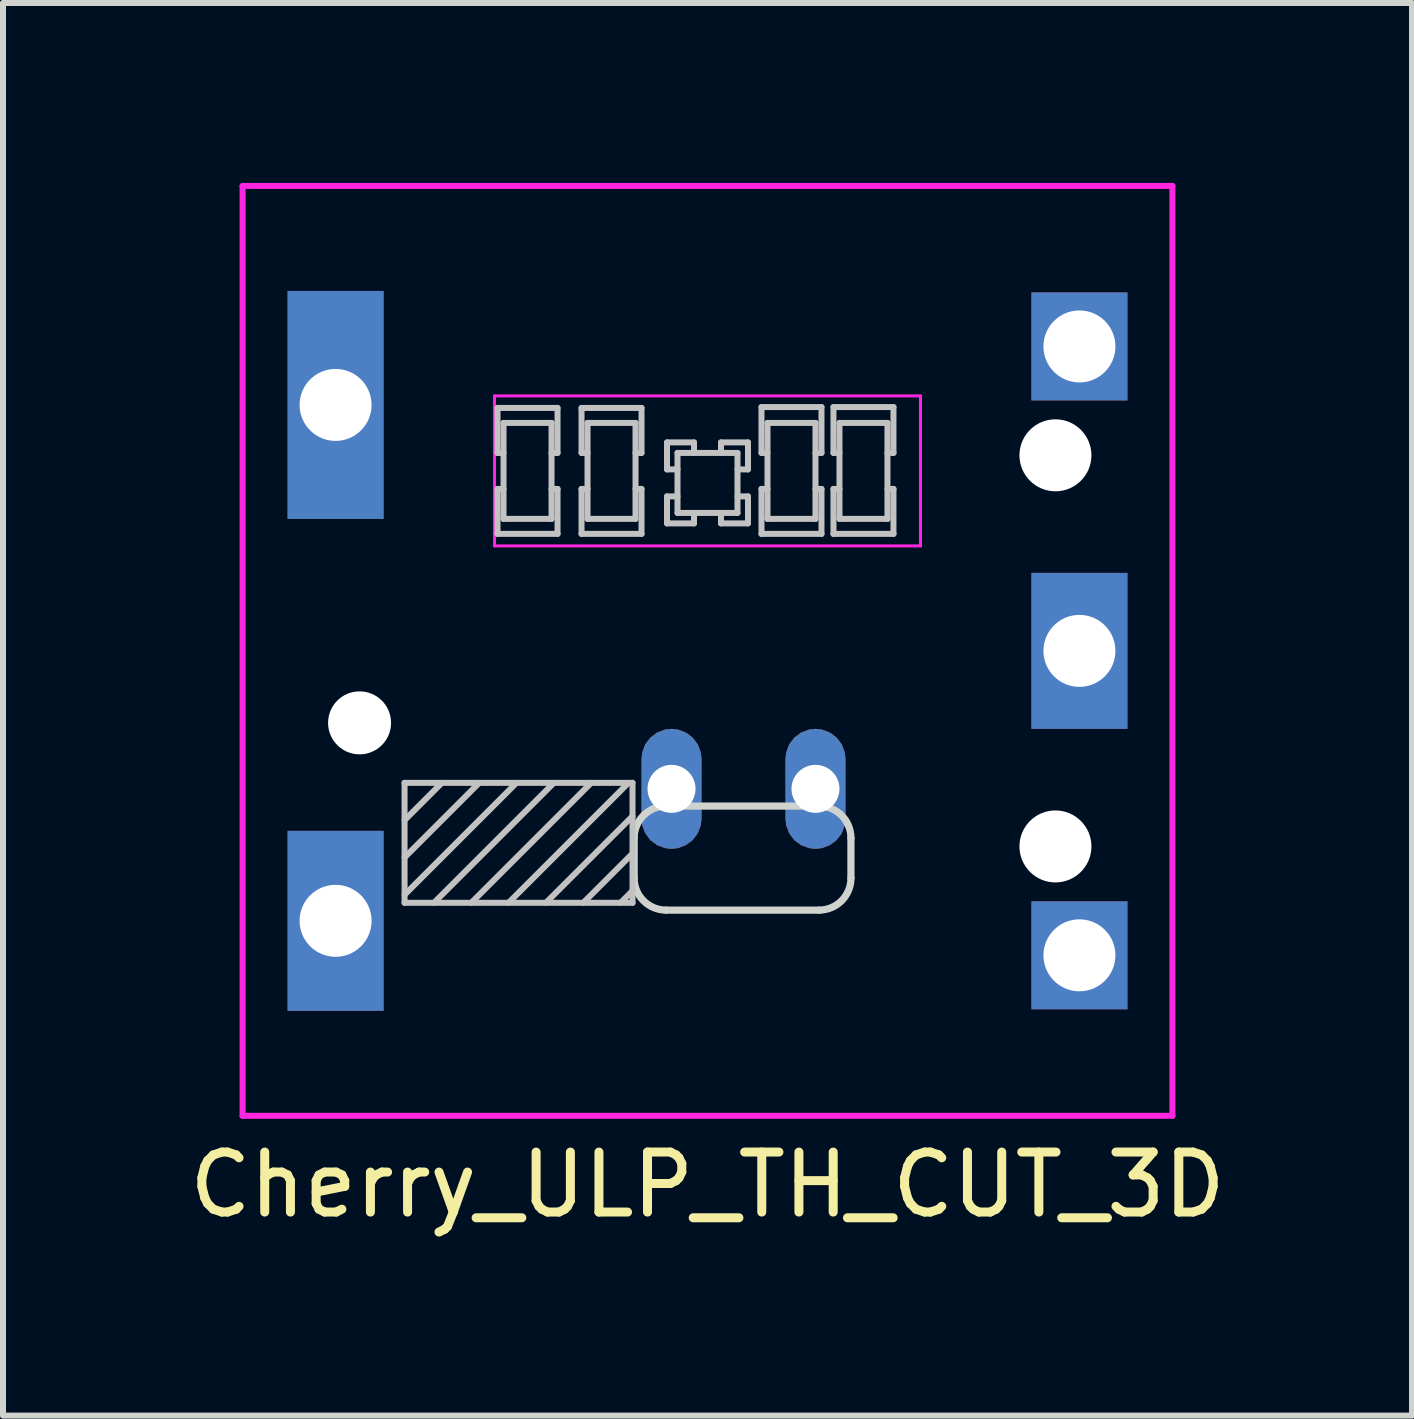
<source format=kicad_pcb>
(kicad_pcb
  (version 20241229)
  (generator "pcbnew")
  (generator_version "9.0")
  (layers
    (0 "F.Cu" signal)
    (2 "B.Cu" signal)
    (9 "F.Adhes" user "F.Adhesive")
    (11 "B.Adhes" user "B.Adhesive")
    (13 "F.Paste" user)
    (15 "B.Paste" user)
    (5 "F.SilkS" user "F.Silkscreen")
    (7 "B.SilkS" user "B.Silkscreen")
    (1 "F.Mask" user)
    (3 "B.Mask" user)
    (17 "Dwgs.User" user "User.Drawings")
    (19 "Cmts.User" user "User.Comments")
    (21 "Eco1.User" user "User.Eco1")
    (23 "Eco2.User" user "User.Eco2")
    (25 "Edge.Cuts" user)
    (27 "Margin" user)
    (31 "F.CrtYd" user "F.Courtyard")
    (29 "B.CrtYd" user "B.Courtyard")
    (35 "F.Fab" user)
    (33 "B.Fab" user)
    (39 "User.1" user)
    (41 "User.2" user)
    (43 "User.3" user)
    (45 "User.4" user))
  (footprint "Cherry_ULP_TH_CUT_3D"
    (layer "F.Cu")
    (at 8.744 7.8)
    (property "Reference" "Cherry_ULP_TH_CUT_3D" (at 0.000004 8.9 180) (layer "F.SilkS") (effects (font (size 1 1) (thickness 0.15))))
    (attr through_hole)
    (fp_line (start -5.05 4.066) (end -3.184 2.2) (stroke (width 0.1) (type solid)) (layer "Dwgs.User"))
    (fp_line (start -5.05 3.444) (end -3.806 2.2) (stroke (width 0.1) (type solid)) (layer "Dwgs.User"))
    (fp_line (start -5.05 4.2) (end -5.05 2.2) (stroke (width 0.1) (type solid)) (layer "Dwgs.User"))
    (fp_line (start -5.05 2.822) (end -4.428 2.2) (stroke (width 0.1) (type solid)) (layer "Dwgs.User"))
    (fp_line (start -5.05 2.2) (end -1.25 2.2) (stroke (width 0.1) (type solid)) (layer "Dwgs.User"))
    (fp_line (start -4.561 4.2) (end -2.561 2.2) (stroke (width 0.1) (type solid)) (layer "Dwgs.User"))
    (fp_line (start -3.939 4.2) (end -1.939 2.2) (stroke (width 0.1) (type solid)) (layer "Dwgs.User"))
    (fp_line (start -3.5 -3.3) (end -3.4 -3.3) (stroke (width 0.1) (type solid)) (layer "Dwgs.User"))
    (fp_line (start -3.5 -1.95) (end -2.5 -1.95) (stroke (width 0.1) (type solid)) (layer "Dwgs.User"))
    (fp_line (start -3.5 -4.05) (end -3.5 -3.3) (stroke (width 0.1) (type solid)) (layer "Dwgs.User"))
    (fp_line (start -3.5 -2.7) (end -3.5 -1.95) (stroke (width 0.1) (type solid)) (layer "Dwgs.User"))
    (fp_line (start -3.4 -2.7) (end -3.5 -2.7) (stroke (width 0.1) (type solid)) (layer "Dwgs.User"))
    (fp_line (start -3.4 -2.2) (end -2.6 -2.2) (stroke (width 0.1) (type solid)) (layer "Dwgs.User"))
    (fp_line (start -3.4 -3.8) (end -3.4 -2.2) (stroke (width 0.1) (type solid)) (layer "Dwgs.User"))
    (fp_line (start -3.317 4.2) (end -1.317 2.2) (stroke (width 0.1) (type solid)) (layer "Dwgs.User"))
    (fp_line (start -2.695 4.2) (end -1.25 2.756) (stroke (width 0.1) (type solid)) (layer "Dwgs.User"))
    (fp_line (start -2.6 -3.3) (end -2.5 -3.3) (stroke (width 0.1) (type solid)) (layer "Dwgs.User"))
    (fp_line (start -2.6 -2.2) (end -2.6 -3.8) (stroke (width 0.1) (type solid)) (layer "Dwgs.User"))
    (fp_line (start -2.6 -3.8) (end -3.4 -3.8) (stroke (width 0.1) (type solid)) (layer "Dwgs.User"))
    (fp_line (start -2.5 -2.7) (end -2.6 -2.7) (stroke (width 0.1) (type solid)) (layer "Dwgs.User"))
    (fp_line (start -2.5 -1.95) (end -2.5 -2.7) (stroke (width 0.1) (type solid)) (layer "Dwgs.User"))
    (fp_line (start -2.5 -4.05) (end -3.5 -4.05) (stroke (width 0.1) (type solid)) (layer "Dwgs.User"))
    (fp_line (start -2.5 -3.3) (end -2.5 -4.05) (stroke (width 0.1) (type solid)) (layer "Dwgs.User"))
    (fp_line (start -2.1 -2.7) (end -2.1 -1.95) (stroke (width 0.1) (type solid)) (layer "Dwgs.User"))
    (fp_line (start -2.1 -4.05) (end -2.1 -3.3) (stroke (width 0.1) (type solid)) (layer "Dwgs.User"))
    (fp_line (start -2.1 -3.3) (end -2 -3.3) (stroke (width 0.1) (type solid)) (layer "Dwgs.User"))
    (fp_line (start -2.1 -1.95) (end -1.1 -1.95) (stroke (width 0.1) (type solid)) (layer "Dwgs.User"))
    (fp_line (start -2.072 4.2) (end -1.25 3.378) (stroke (width 0.1) (type solid)) (layer "Dwgs.User"))
    (fp_line (start -2 -2.2) (end -1.2 -2.2) (stroke (width 0.1) (type solid)) (layer "Dwgs.User"))
    (fp_line (start -2 -3.8) (end -2 -2.2) (stroke (width 0.1) (type solid)) (layer "Dwgs.User"))
    (fp_line (start -2 -2.7) (end -2.1 -2.7) (stroke (width 0.1) (type solid)) (layer "Dwgs.User"))
    (fp_line (start -1.45 4.2) (end -1.25 4) (stroke (width 0.1) (type solid)) (layer "Dwgs.User"))
    (fp_line (start -1.25 2.2) (end -1.25 4.2) (stroke (width 0.1) (type solid)) (layer "Dwgs.User"))
    (fp_line (start -1.25 4.2) (end -5.05 4.2) (stroke (width 0.1) (type solid)) (layer "Dwgs.User"))
    (fp_line (start -1.2 -2.2) (end -1.2 -3.8) (stroke (width 0.1) (type solid)) (layer "Dwgs.User"))
    (fp_line (start -1.2 -3.8) (end -2 -3.8) (stroke (width 0.1) (type solid)) (layer "Dwgs.User"))
    (fp_line (start -1.2 -3.3) (end -1.1 -3.3) (stroke (width 0.1) (type solid)) (layer "Dwgs.User"))
    (fp_line (start -1.1 -3.3) (end -1.1 -4.05) (stroke (width 0.1) (type solid)) (layer "Dwgs.User"))
    (fp_line (start -1.1 -2.7) (end -1.2 -2.7) (stroke (width 0.1) (type solid)) (layer "Dwgs.User"))
    (fp_line (start -1.1 -4.05) (end -2.1 -4.05) (stroke (width 0.1) (type solid)) (layer "Dwgs.User"))
    (fp_line (start -1.1 -1.95) (end -1.1 -2.7) (stroke (width 0.1) (type solid)) (layer "Dwgs.User"))
    (fp_line (start -0.675 -2.125) (end -0.225 -2.125) (stroke (width 0.1) (type solid)) (layer "Dwgs.User"))
    (fp_line (start -0.675 -3.025) (end -0.5 -3.025) (stroke (width 0.1) (type solid)) (layer "Dwgs.User"))
    (fp_line (start -0.675 -2.575) (end -0.675 -2.125) (stroke (width 0.1) (type solid)) (layer "Dwgs.User"))
    (fp_line (start -0.675 -3.475) (end -0.675 -3.025) (stroke (width 0.1) (type solid)) (layer "Dwgs.User"))
    (fp_line (start -0.5 -3.3) (end -0.5 -2.3) (stroke (width 0.1) (type solid)) (layer "Dwgs.User"))
    (fp_line (start -0.5 -2.575) (end -0.675 -2.575) (stroke (width 0.1) (type solid)) (layer "Dwgs.User"))
    (fp_line (start -0.5 -2.3) (end 0.5 -2.3) (stroke (width 0.1) (type solid)) (layer "Dwgs.User"))
    (fp_line (start -0.225 -3.475) (end -0.675 -3.475) (stroke (width 0.1) (type solid)) (layer "Dwgs.User"))
    (fp_line (start -0.225 -2.125) (end -0.225 -2.3) (stroke (width 0.1) (type solid)) (layer "Dwgs.User"))
    (fp_line (start -0.225 -3.3) (end -0.225 -3.475) (stroke (width 0.1) (type solid)) (layer "Dwgs.User"))
    (fp_line (start 0.225 -3.475) (end 0.225 -3.3) (stroke (width 0.1) (type solid)) (layer "Dwgs.User"))
    (fp_line (start 0.225 -2.125) (end 0.675 -2.125) (stroke (width 0.1) (type solid)) (layer "Dwgs.User"))
    (fp_line (start 0.225 -2.3) (end 0.225 -2.125) (stroke (width 0.1) (type solid)) (layer "Dwgs.User"))
    (fp_line (start 0.5 -3.3) (end -0.5 -3.3) (stroke (width 0.1) (type solid)) (layer "Dwgs.User"))
    (fp_line (start 0.5 -3.025) (end 0.675 -3.025) (stroke (width 0.1) (type solid)) (layer "Dwgs.User"))
    (fp_line (start 0.5 -2.3) (end 0.5 -3.3) (stroke (width 0.1) (type solid)) (layer "Dwgs.User"))
    (fp_line (start 0.675 -3.475) (end 0.225 -3.475) (stroke (width 0.1) (type solid)) (layer "Dwgs.User"))
    (fp_line (start 0.675 -2.575) (end 0.5 -2.575) (stroke (width 0.1) (type solid)) (layer "Dwgs.User"))
    (fp_line (start 0.675 -3.025) (end 0.675 -3.475) (stroke (width 0.1) (type solid)) (layer "Dwgs.User"))
    (fp_line (start 0.675 -2.125) (end 0.675 -2.575) (stroke (width 0.1) (type solid)) (layer "Dwgs.User"))
    (fp_line (start 0.9 -4.064) (end 0.9 -3.3) (stroke (width 0.1) (type solid)) (layer "Dwgs.User"))
    (fp_line (start 0.9 -2.7) (end 0.9 -1.95) (stroke (width 0.1) (type solid)) (layer "Dwgs.User"))
    (fp_line (start 0.9 -3.3) (end 1 -3.3) (stroke (width 0.1) (type solid)) (layer "Dwgs.User"))
    (fp_line (start 0.9 -1.95) (end 1.9 -1.95) (stroke (width 0.1) (type solid)) (layer "Dwgs.User"))
    (fp_line (start 1 -2.2) (end 1.8 -2.2) (stroke (width 0.1) (type solid)) (layer "Dwgs.User"))
    (fp_line (start 1 -2.7) (end 0.9 -2.7) (stroke (width 0.1) (type solid)) (layer "Dwgs.User"))
    (fp_line (start 1 -3.8) (end 1 -2.2) (stroke (width 0.1) (type solid)) (layer "Dwgs.User"))
    (fp_line (start 1.8 -3.8) (end 1 -3.8) (stroke (width 0.1) (type solid)) (layer "Dwgs.User"))
    (fp_line (start 1.8 -3.3) (end 1.9 -3.3) (stroke (width 0.1) (type solid)) (layer "Dwgs.User"))
    (fp_line (start 1.8 -2.2) (end 1.8 -3.8) (stroke (width 0.1) (type solid)) (layer "Dwgs.User"))
    (fp_line (start 1.9 -2.7) (end 1.8 -2.7) (stroke (width 0.1) (type solid)) (layer "Dwgs.User"))
    (fp_line (start 1.9 -1.95) (end 1.9 -2.7) (stroke (width 0.1) (type solid)) (layer "Dwgs.User"))
    (fp_line (start 1.9 -4.064) (end 0.9 -4.064) (stroke (width 0.1) (type solid)) (layer "Dwgs.User"))
    (fp_line (start 1.9 -3.3) (end 1.9 -4.064) (stroke (width 0.1) (type solid)) (layer "Dwgs.User"))
    (fp_line (start 2.1 -4.064) (end 2.1 -3.3) (stroke (width 0.1) (type solid)) (layer "Dwgs.User"))
    (fp_line (start 2.1 -3.3) (end 2.2 -3.3) (stroke (width 0.1) (type solid)) (layer "Dwgs.User"))
    (fp_line (start 2.1 -2.7) (end 2.1 -1.95) (stroke (width 0.1) (type solid)) (layer "Dwgs.User"))
    (fp_line (start 2.1 -1.95) (end 3.1 -1.95) (stroke (width 0.1) (type solid)) (layer "Dwgs.User"))
    (fp_line (start 2.2 -3.8) (end 2.2 -2.2) (stroke (width 0.1) (type solid)) (layer "Dwgs.User"))
    (fp_line (start 2.2 -2.7) (end 2.1 -2.7) (stroke (width 0.1) (type solid)) (layer "Dwgs.User"))
    (fp_line (start 2.2 -2.2) (end 3 -2.2) (stroke (width 0.1) (type solid)) (layer "Dwgs.User"))
    (fp_line (start 3 -3.3) (end 3.1 -3.3) (stroke (width 0.1) (type solid)) (layer "Dwgs.User"))
    (fp_line (start 3 -3.8) (end 2.2 -3.8) (stroke (width 0.1) (type solid)) (layer "Dwgs.User"))
    (fp_line (start 3 -2.2) (end 3 -3.8) (stroke (width 0.1) (type solid)) (layer "Dwgs.User"))
    (fp_line (start 3.1 -4.064) (end 2.1 -4.064) (stroke (width 0.1) (type solid)) (layer "Dwgs.User"))
    (fp_line (start 3.1 -3.3) (end 3.1 -4.064) (stroke (width 0.1) (type solid)) (layer "Dwgs.User"))
    (fp_line (start 3.1 -2.7) (end 3 -2.7) (stroke (width 0.1) (type solid)) (layer "Dwgs.User"))
    (fp_line (start 3.1 -1.95) (end 3.1 -2.7) (stroke (width 0.1) (type solid)) (layer "Dwgs.User"))
    (fp_line (start -1.223 3.788) (end -1.223 3.12) (stroke (width 0.12) (type default)) (layer "Edge.Cuts"))
    (fp_line (start -0.69 2.587) (end 1.858 2.587) (stroke (width 0.12) (type default)) (layer "Edge.Cuts"))
    (fp_line (start 1.858 4.322) (end -0.69 4.322) (stroke (width 0.12) (type default)) (layer "Edge.Cuts"))
    (fp_line (start 2.391 3.12) (end 2.391 3.788) (stroke (width 0.12) (type default)) (layer "Edge.Cuts"))
    (fp_arc (start -1.223027 3.12037) (mid -1.066797 2.7432) (end -0.689627 2.58697) (stroke (width 0.12) (type default)) (layer "Edge.Cuts"))
    (fp_arc (start -0.68963 4.32183) (mid -1.066802 4.165601) (end -1.22303 3.788429) (stroke (width 0.12) (type default)) (layer "Edge.Cuts"))
    (fp_arc (start 1.858028 2.586972) (mid 2.235198 2.743199) (end 2.39143 3.120368) (stroke (width 0.12) (type default)) (layer "Edge.Cuts"))
    (fp_arc (start 2.391427 3.788431) (mid 2.2352 4.165602) (end 1.858027 4.321827) (stroke (width 0.12) (type default)) (layer "Edge.Cuts"))
    (fp_line (start -7.75 7.75) (end 7.75 7.75) (stroke (width 0.1) (type solid)) (layer "F.CrtYd"))
    (fp_line (start -7.75 -7.75) (end -7.75 7.75) (stroke (width 0.1) (type solid)) (layer "F.CrtYd"))
    (fp_line (start -3.55 -4.25) (end -3.55 -1.75) (stroke (width 0.05) (type solid)) (layer "F.CrtYd"))
    (fp_line (start -3.55 -1.75) (end 3.55 -1.75) (stroke (width 0.05) (type solid)) (layer "F.CrtYd"))
    (fp_line (start 3.55 -1.75) (end 3.55 -4.25) (stroke (width 0.05) (type solid)) (layer "F.CrtYd"))
    (fp_line (start 3.55 -4.25) (end -3.55 -4.25) (stroke (width 0.05) (type solid)) (layer "F.CrtYd"))
    (fp_line (start 7.75 7.75) (end 7.75 -7.75) (stroke (width 0.1) (type solid)) (layer "F.CrtYd"))
    (fp_line (start 7.75 -7.75) (end -7.75 -7.75) (stroke (width 0.1) (type solid)) (layer "F.CrtYd"))
    (pad "" np_thru_hole circle (at -5.8 1.2) (size 1.05 1.05) (drill 1.05) (layers "*.Cu" "*.Mask"))
    (pad "" np_thru_hole circle (at 5.8 3.26) (size 1.2 1.2) (drill 1.2) (layers "*.Cu" "*.Mask"))
    (pad "" np_thru_hole circle (at 5.8 -3.26) (size 1.2 1.2) (drill 1.2) (layers "*.Cu" "*.Mask"))
    (pad "1" thru_hole roundrect (at -0.6 2.3) (size 1 2) (drill 0.8) (layers "*.Cu" "*.Mask") (roundrect_rratio 0.5))
    (pad "2" thru_hole roundrect (at 1.8 2.3) (size 1 2) (drill 0.8) (layers "*.Cu" "*.Mask") (roundrect_rratio 0.5))
    (pad "3" thru_hole rect (at -6.2 -4.1) (size 1.6 3.8) (drill 1.2) (layers "*.Cu" "*.Mask"))
    (pad "3" thru_hole rect (at -6.2 4.5) (size 1.6 3) (drill 1.2) (layers "*.Cu" "*.Mask"))
    (pad "3" thru_hole rect (at 6.2 -5.075) (size 1.6 1.8) (drill 1.2) (layers "*.Cu" "*.Mask"))
    (pad "3" thru_hole rect (at 6.2 -0.000001) (size 1.6 2.6) (drill 1.2) (layers "*.Cu" "*.Mask"))
    (pad "3" thru_hole rect (at 6.2 5.075) (size 1.6 1.8) (drill 1.2) (layers "*.Cu" "*.Mask")))
  (gr_rect
    (start -3 -3)
    (end 20.488 20.548)
    (stroke (width 0.1) (type default))
    (fill no)
    (layer "Edge.Cuts")))
</source>
